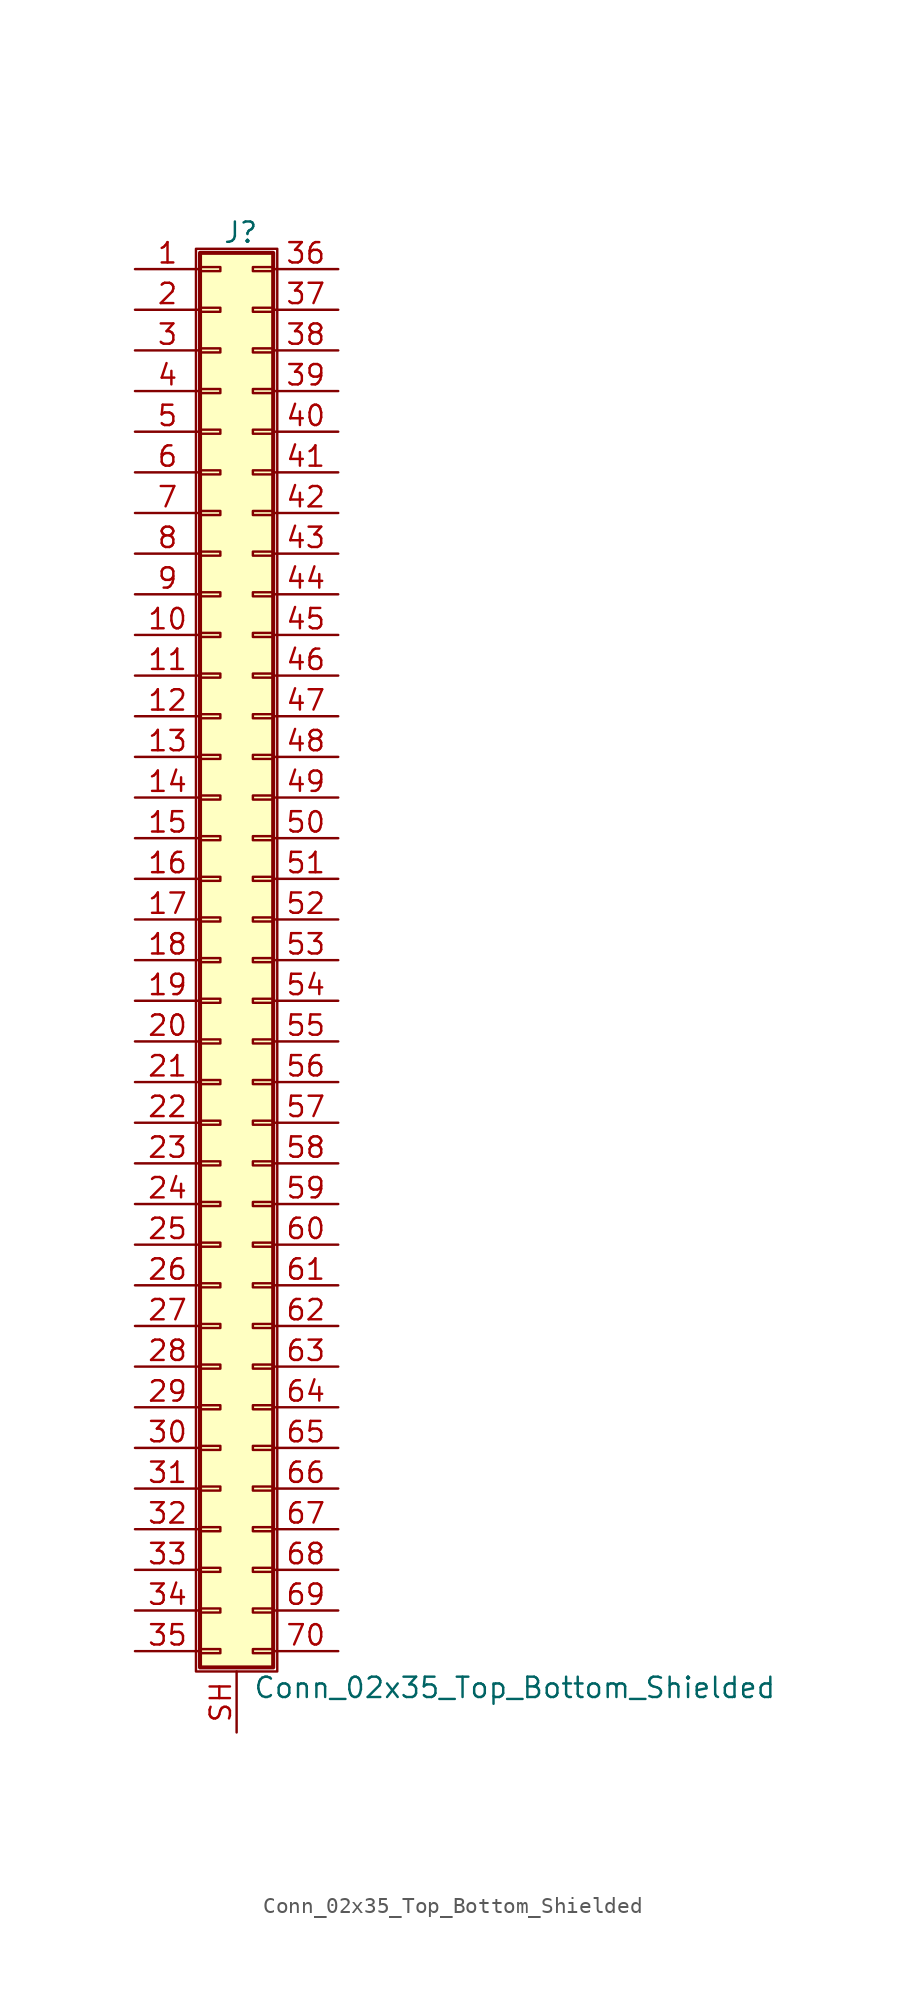
<source format=kicad_sym>
(kicad_symbol_lib
  (version 20201005)
  (generator kicad_symbol_editor)
  (symbol "Conn_02x35_Top_Bottom_Shielded"
    (pin_names
      (offset 1.016) hide)
    (property "Reference" "J"
      (at 1.524 45.466 0)
      (effects (font (size 1.27 1.27))))
    (property "Value" "Conn_02x35_Top_Bottom_Shielded"
      (at 2.286 -45.466 0)
      (effects (font (size 1.27 1.27)) (justify left)))
    (symbol "Conn_02x35_Top_Bottom_Shielded_1_1"
      (rectangle (start -1.27 44.45) (end 3.81 -44.45) (stroke (width 0.152)) (fill (type none)))
      (rectangle (start -1.016 -43.053) (end 0.254 -43.307) (stroke (width 0.152)) (fill (type none)))
      (rectangle (start -1.016 -40.513) (end 0.254 -40.767) (stroke (width 0.152)) (fill (type none)))
      (rectangle (start -1.016 -37.973) (end 0.254 -38.227) (stroke (width 0.152)) (fill (type none)))
      (rectangle (start -1.016 -35.433) (end 0.254 -35.687) (stroke (width 0.152)) (fill (type none)))
      (rectangle (start -1.016 -32.893) (end 0.254 -33.147) (stroke (width 0.152)) (fill (type none)))
      (rectangle (start -1.016 -30.353) (end 0.254 -30.607) (stroke (width 0.152)) (fill (type none)))
      (rectangle (start -1.016 -27.813) (end 0.254 -28.067) (stroke (width 0.152)) (fill (type none)))
      (rectangle (start -1.016 -25.273) (end 0.254 -25.527) (stroke (width 0.152)) (fill (type none)))
      (rectangle (start -1.016 -22.733) (end 0.254 -22.987) (stroke (width 0.152)) (fill (type none)))
      (rectangle (start -1.016 -20.193) (end 0.254 -20.447) (stroke (width 0.152)) (fill (type none)))
      (rectangle (start -1.016 -17.653) (end 0.254 -17.907) (stroke (width 0.152)) (fill (type none)))
      (rectangle (start -1.016 -15.113) (end 0.254 -15.367) (stroke (width 0.152)) (fill (type none)))
      (rectangle (start -1.016 -12.573) (end 0.254 -12.827) (stroke (width 0.152)) (fill (type none)))
      (rectangle (start -1.016 -10.033) (end 0.254 -10.287) (stroke (width 0.152)) (fill (type none)))
      (rectangle (start -1.016 -7.493) (end 0.254 -7.747) (stroke (width 0.152)) (fill (type none)))
      (rectangle (start -1.016 -4.953) (end 0.254 -5.207) (stroke (width 0.152)) (fill (type none)))
      (rectangle (start -1.016 -2.413) (end 0.254 -2.667) (stroke (width 0.152)) (fill (type none)))
      (rectangle (start -1.016 0.127) (end 0.254 -0.127) (stroke (width 0.152)) (fill (type none)))
      (rectangle (start -1.016 2.667) (end 0.254 2.413) (stroke (width 0.152)) (fill (type none)))
      (rectangle (start -1.016 5.207) (end 0.254 4.953) (stroke (width 0.152)) (fill (type none)))
      (rectangle (start -1.016 7.747) (end 0.254 7.493) (stroke (width 0.152)) (fill (type none)))
      (rectangle (start -1.016 10.287) (end 0.254 10.033) (stroke (width 0.152)) (fill (type none)))
      (rectangle (start -1.016 12.827) (end 0.254 12.573) (stroke (width 0.152)) (fill (type none)))
      (rectangle (start -1.016 15.367) (end 0.254 15.113) (stroke (width 0.152)) (fill (type none)))
      (rectangle (start -1.016 17.907) (end 0.254 17.653) (stroke (width 0.152)) (fill (type none)))
      (rectangle (start -1.016 20.447) (end 0.254 20.193) (stroke (width 0.152)) (fill (type none)))
      (rectangle (start -1.016 22.987) (end 0.254 22.733) (stroke (width 0.152)) (fill (type none)))
      (rectangle (start -1.016 25.527) (end 0.254 25.273) (stroke (width 0.152)) (fill (type none)))
      (rectangle (start -1.016 28.067) (end 0.254 27.813) (stroke (width 0.152)) (fill (type none)))
      (rectangle (start -1.016 30.607) (end 0.254 30.353) (stroke (width 0.152)) (fill (type none)))
      (rectangle (start -1.016 33.147) (end 0.254 32.893) (stroke (width 0.152)) (fill (type none)))
      (rectangle (start -1.016 35.687) (end 0.254 35.433) (stroke (width 0.152)) (fill (type none)))
      (rectangle (start -1.016 38.227) (end 0.254 37.973) (stroke (width 0.152)) (fill (type none)))
      (rectangle (start -1.016 40.767) (end 0.254 40.513) (stroke (width 0.152)) (fill (type none)))
      (rectangle (start -1.016 43.307) (end 0.254 43.053) (stroke (width 0.152)) (fill (type none)))
      (rectangle (start 3.556 -43.053) (end 2.286 -43.307) (stroke (width 0.152)) (fill (type none)))
      (rectangle (start 3.556 -40.513) (end 2.286 -40.767) (stroke (width 0.152)) (fill (type none)))
      (rectangle (start 3.556 -37.973) (end 2.286 -38.227) (stroke (width 0.152)) (fill (type none)))
      (rectangle (start 3.556 -35.433) (end 2.286 -35.687) (stroke (width 0.152)) (fill (type none)))
      (rectangle (start 3.556 -32.893) (end 2.286 -33.147) (stroke (width 0.152)) (fill (type none)))
      (rectangle (start 3.556 -30.353) (end 2.286 -30.607) (stroke (width 0.152)) (fill (type none)))
      (rectangle (start 3.556 -27.813) (end 2.286 -28.067) (stroke (width 0.152)) (fill (type none)))
      (rectangle (start 3.556 -25.273) (end 2.286 -25.527) (stroke (width 0.152)) (fill (type none)))
      (rectangle (start 3.556 -22.733) (end 2.286 -22.987) (stroke (width 0.152)) (fill (type none)))
      (rectangle (start 3.556 -20.193) (end 2.286 -20.447) (stroke (width 0.152)) (fill (type none)))
      (rectangle (start 3.556 -17.653) (end 2.286 -17.907) (stroke (width 0.152)) (fill (type none)))
      (rectangle (start 3.556 -15.113) (end 2.286 -15.367) (stroke (width 0.152)) (fill (type none)))
      (rectangle (start 3.556 -12.573) (end 2.286 -12.827) (stroke (width 0.152)) (fill (type none)))
      (rectangle (start 3.556 -10.033) (end 2.286 -10.287) (stroke (width 0.152)) (fill (type none)))
      (rectangle (start 3.556 -7.493) (end 2.286 -7.747) (stroke (width 0.152)) (fill (type none)))
      (rectangle (start 3.556 -4.953) (end 2.286 -5.207) (stroke (width 0.152)) (fill (type none)))
      (rectangle (start 3.556 -2.413) (end 2.286 -2.667) (stroke (width 0.152)) (fill (type none)))
      (rectangle (start 3.556 0.127) (end 2.286 -0.127) (stroke (width 0.152)) (fill (type none)))
      (rectangle (start 3.556 2.667) (end 2.286 2.413) (stroke (width 0.152)) (fill (type none)))
      (rectangle (start 3.556 5.207) (end 2.286 4.953) (stroke (width 0.152)) (fill (type none)))
      (rectangle (start 3.556 7.747) (end 2.286 7.493) (stroke (width 0.152)) (fill (type none)))
      (rectangle (start 3.556 10.287) (end 2.286 10.033) (stroke (width 0.152)) (fill (type none)))
      (rectangle (start 3.556 12.827) (end 2.286 12.573) (stroke (width 0.152)) (fill (type none)))
      (rectangle (start 3.556 15.367) (end 2.286 15.113) (stroke (width 0.152)) (fill (type none)))
      (rectangle (start 3.556 17.907) (end 2.286 17.653) (stroke (width 0.152)) (fill (type none)))
      (rectangle (start 3.556 20.447) (end 2.286 20.193) (stroke (width 0.152)) (fill (type none)))
      (rectangle (start 3.556 22.987) (end 2.286 22.733) (stroke (width 0.152)) (fill (type none)))
      (rectangle (start 3.556 25.527) (end 2.286 25.273) (stroke (width 0.152)) (fill (type none)))
      (rectangle (start 3.556 28.067) (end 2.286 27.813) (stroke (width 0.152)) (fill (type none)))
      (rectangle (start 3.556 30.607) (end 2.286 30.353) (stroke (width 0.152)) (fill (type none)))
      (rectangle (start 3.556 33.147) (end 2.286 32.893) (stroke (width 0.152)) (fill (type none)))
      (rectangle (start 3.556 35.687) (end 2.286 35.433) (stroke (width 0.152)) (fill (type none)))
      (rectangle (start 3.556 38.227) (end 2.286 37.973) (stroke (width 0.152)) (fill (type none)))
      (rectangle (start 3.556 40.767) (end 2.286 40.513) (stroke (width 0.152)) (fill (type none)))
      (rectangle (start 3.556 43.307) (end 2.286 43.053) (stroke (width 0.152)) (fill (type none)))
      (rectangle (start -1.016 44.196) (end 3.556 -44.196) (stroke (width 0.254)) (fill (type background)))
      (pin passive line (at -5.08 43.18 0) (length 4.064) (name "Pin_1" (effects (font (size 1.27 1.27)))) (number "1" (effects (font (size 1.27 1.27)))))
      (pin passive line (at -5.08 20.32 0) (length 4.064) (name "Pin_10" (effects (font (size 1.27 1.27)))) (number "10" (effects (font (size 1.27 1.27)))))
      (pin passive line (at -5.08 17.78 0) (length 4.064) (name "Pin_11" (effects (font (size 1.27 1.27)))) (number "11" (effects (font (size 1.27 1.27)))))
      (pin passive line (at -5.08 15.24 0) (length 4.064) (name "Pin_12" (effects (font (size 1.27 1.27)))) (number "12" (effects (font (size 1.27 1.27)))))
      (pin passive line (at -5.08 12.7 0) (length 4.064) (name "Pin_13" (effects (font (size 1.27 1.27)))) (number "13" (effects (font (size 1.27 1.27)))))
      (pin passive line (at -5.08 10.16 0) (length 4.064) (name "Pin_14" (effects (font (size 1.27 1.27)))) (number "14" (effects (font (size 1.27 1.27)))))
      (pin passive line (at -5.08 7.62 0) (length 4.064) (name "Pin_15" (effects (font (size 1.27 1.27)))) (number "15" (effects (font (size 1.27 1.27)))))
      (pin passive line (at -5.08 5.08 0) (length 4.064) (name "Pin_16" (effects (font (size 1.27 1.27)))) (number "16" (effects (font (size 1.27 1.27)))))
      (pin passive line (at -5.08 2.54 0) (length 4.064) (name "Pin_17" (effects (font (size 1.27 1.27)))) (number "17" (effects (font (size 1.27 1.27)))))
      (pin passive line (at -5.08 0 0) (length 4.064) (name "Pin_18" (effects (font (size 1.27 1.27)))) (number "18" (effects (font (size 1.27 1.27)))))
      (pin passive line (at -5.08 -2.54 0) (length 4.064) (name "Pin_19" (effects (font (size 1.27 1.27)))) (number "19" (effects (font (size 1.27 1.27)))))
      (pin passive line (at -5.08 40.64 0) (length 4.064) (name "Pin_2" (effects (font (size 1.27 1.27)))) (number "2" (effects (font (size 1.27 1.27)))))
      (pin passive line (at -5.08 -5.08 0) (length 4.064) (name "Pin_20" (effects (font (size 1.27 1.27)))) (number "20" (effects (font (size 1.27 1.27)))))
      (pin passive line (at -5.08 -7.62 0) (length 4.064) (name "Pin_21" (effects (font (size 1.27 1.27)))) (number "21" (effects (font (size 1.27 1.27)))))
      (pin passive line (at -5.08 -10.16 0) (length 4.064) (name "Pin_22" (effects (font (size 1.27 1.27)))) (number "22" (effects (font (size 1.27 1.27)))))
      (pin passive line (at -5.08 -12.7 0) (length 4.064) (name "Pin_23" (effects (font (size 1.27 1.27)))) (number "23" (effects (font (size 1.27 1.27)))))
      (pin passive line (at -5.08 -15.24 0) (length 4.064) (name "Pin_24" (effects (font (size 1.27 1.27)))) (number "24" (effects (font (size 1.27 1.27)))))
      (pin passive line (at -5.08 -17.78 0) (length 4.064) (name "Pin_25" (effects (font (size 1.27 1.27)))) (number "25" (effects (font (size 1.27 1.27)))))
      (pin passive line (at -5.08 -20.32 0) (length 4.064) (name "Pin_26" (effects (font (size 1.27 1.27)))) (number "26" (effects (font (size 1.27 1.27)))))
      (pin passive line (at -5.08 -22.86 0) (length 4.064) (name "Pin_27" (effects (font (size 1.27 1.27)))) (number "27" (effects (font (size 1.27 1.27)))))
      (pin passive line (at -5.08 -25.4 0) (length 4.064) (name "Pin_28" (effects (font (size 1.27 1.27)))) (number "28" (effects (font (size 1.27 1.27)))))
      (pin passive line (at -5.08 -27.94 0) (length 4.064) (name "Pin_29" (effects (font (size 1.27 1.27)))) (number "29" (effects (font (size 1.27 1.27)))))
      (pin passive line (at -5.08 38.1 0) (length 4.064) (name "Pin_3" (effects (font (size 1.27 1.27)))) (number "3" (effects (font (size 1.27 1.27)))))
      (pin passive line (at -5.08 -30.48 0) (length 4.064) (name "Pin_30" (effects (font (size 1.27 1.27)))) (number "30" (effects (font (size 1.27 1.27)))))
      (pin passive line (at -5.08 -33.02 0) (length 4.064) (name "Pin_31" (effects (font (size 1.27 1.27)))) (number "31" (effects (font (size 1.27 1.27)))))
      (pin passive line (at -5.08 -35.56 0) (length 4.064) (name "Pin_32" (effects (font (size 1.27 1.27)))) (number "32" (effects (font (size 1.27 1.27)))))
      (pin passive line (at -5.08 -38.1 0) (length 4.064) (name "Pin_33" (effects (font (size 1.27 1.27)))) (number "33" (effects (font (size 1.27 1.27)))))
      (pin passive line (at -5.08 -40.64 0) (length 4.064) (name "Pin_34" (effects (font (size 1.27 1.27)))) (number "34" (effects (font (size 1.27 1.27)))))
      (pin passive line (at -5.08 -43.18 0) (length 4.064) (name "Pin_35" (effects (font (size 1.27 1.27)))) (number "35" (effects (font (size 1.27 1.27)))))
      (pin passive line (at 7.62 43.18 180) (length 4.064) (name "Pin_36" (effects (font (size 1.27 1.27)))) (number "36" (effects (font (size 1.27 1.27)))))
      (pin passive line (at 7.62 40.64 180) (length 4.064) (name "Pin_37" (effects (font (size 1.27 1.27)))) (number "37" (effects (font (size 1.27 1.27)))))
      (pin passive line (at 7.62 38.1 180) (length 4.064) (name "Pin_38" (effects (font (size 1.27 1.27)))) (number "38" (effects (font (size 1.27 1.27)))))
      (pin passive line (at 7.62 35.56 180) (length 4.064) (name "Pin_39" (effects (font (size 1.27 1.27)))) (number "39" (effects (font (size 1.27 1.27)))))
      (pin passive line (at -5.08 35.56 0) (length 4.064) (name "Pin_4" (effects (font (size 1.27 1.27)))) (number "4" (effects (font (size 1.27 1.27)))))
      (pin passive line (at 7.62 33.02 180) (length 4.064) (name "Pin_40" (effects (font (size 1.27 1.27)))) (number "40" (effects (font (size 1.27 1.27)))))
      (pin passive line (at 7.62 30.48 180) (length 4.064) (name "Pin_41" (effects (font (size 1.27 1.27)))) (number "41" (effects (font (size 1.27 1.27)))))
      (pin passive line (at 7.62 27.94 180) (length 4.064) (name "Pin_42" (effects (font (size 1.27 1.27)))) (number "42" (effects (font (size 1.27 1.27)))))
      (pin passive line (at 7.62 25.4 180) (length 4.064) (name "Pin_43" (effects (font (size 1.27 1.27)))) (number "43" (effects (font (size 1.27 1.27)))))
      (pin passive line (at 7.62 22.86 180) (length 4.064) (name "Pin_44" (effects (font (size 1.27 1.27)))) (number "44" (effects (font (size 1.27 1.27)))))
      (pin passive line (at 7.62 20.32 180) (length 4.064) (name "Pin_45" (effects (font (size 1.27 1.27)))) (number "45" (effects (font (size 1.27 1.27)))))
      (pin passive line (at 7.62 17.78 180) (length 4.064) (name "Pin_46" (effects (font (size 1.27 1.27)))) (number "46" (effects (font (size 1.27 1.27)))))
      (pin passive line (at 7.62 15.24 180) (length 4.064) (name "Pin_47" (effects (font (size 1.27 1.27)))) (number "47" (effects (font (size 1.27 1.27)))))
      (pin passive line (at 7.62 12.7 180) (length 4.064) (name "Pin_48" (effects (font (size 1.27 1.27)))) (number "48" (effects (font (size 1.27 1.27)))))
      (pin passive line (at 7.62 10.16 180) (length 4.064) (name "Pin_49" (effects (font (size 1.27 1.27)))) (number "49" (effects (font (size 1.27 1.27)))))
      (pin passive line (at -5.08 33.02 0) (length 4.064) (name "Pin_5" (effects (font (size 1.27 1.27)))) (number "5" (effects (font (size 1.27 1.27)))))
      (pin passive line (at 7.62 7.62 180) (length 4.064) (name "Pin_50" (effects (font (size 1.27 1.27)))) (number "50" (effects (font (size 1.27 1.27)))))
      (pin passive line (at 7.62 5.08 180) (length 4.064) (name "Pin_51" (effects (font (size 1.27 1.27)))) (number "51" (effects (font (size 1.27 1.27)))))
      (pin passive line (at 7.62 2.54 180) (length 4.064) (name "Pin_52" (effects (font (size 1.27 1.27)))) (number "52" (effects (font (size 1.27 1.27)))))
      (pin passive line (at 7.62 0 180) (length 4.064) (name "Pin_53" (effects (font (size 1.27 1.27)))) (number "53" (effects (font (size 1.27 1.27)))))
      (pin passive line (at 7.62 -2.54 180) (length 4.064) (name "Pin_54" (effects (font (size 1.27 1.27)))) (number "54" (effects (font (size 1.27 1.27)))))
      (pin passive line (at 7.62 -5.08 180) (length 4.064) (name "Pin_55" (effects (font (size 1.27 1.27)))) (number "55" (effects (font (size 1.27 1.27)))))
      (pin passive line (at 7.62 -7.62 180) (length 4.064) (name "Pin_56" (effects (font (size 1.27 1.27)))) (number "56" (effects (font (size 1.27 1.27)))))
      (pin passive line (at 7.62 -10.16 180) (length 4.064) (name "Pin_57" (effects (font (size 1.27 1.27)))) (number "57" (effects (font (size 1.27 1.27)))))
      (pin passive line (at 7.62 -12.7 180) (length 4.064) (name "Pin_58" (effects (font (size 1.27 1.27)))) (number "58" (effects (font (size 1.27 1.27)))))
      (pin passive line (at 7.62 -15.24 180) (length 4.064) (name "Pin_59" (effects (font (size 1.27 1.27)))) (number "59" (effects (font (size 1.27 1.27)))))
      (pin passive line (at -5.08 30.48 0) (length 4.064) (name "Pin_6" (effects (font (size 1.27 1.27)))) (number "6" (effects (font (size 1.27 1.27)))))
      (pin passive line (at 7.62 -17.78 180) (length 4.064) (name "Pin_60" (effects (font (size 1.27 1.27)))) (number "60" (effects (font (size 1.27 1.27)))))
      (pin passive line (at 7.62 -20.32 180) (length 4.064) (name "Pin_61" (effects (font (size 1.27 1.27)))) (number "61" (effects (font (size 1.27 1.27)))))
      (pin passive line (at 7.62 -22.86 180) (length 4.064) (name "Pin_62" (effects (font (size 1.27 1.27)))) (number "62" (effects (font (size 1.27 1.27)))))
      (pin passive line (at 7.62 -25.4 180) (length 4.064) (name "Pin_63" (effects (font (size 1.27 1.27)))) (number "63" (effects (font (size 1.27 1.27)))))
      (pin passive line (at 7.62 -27.94 180) (length 4.064) (name "Pin_64" (effects (font (size 1.27 1.27)))) (number "64" (effects (font (size 1.27 1.27)))))
      (pin passive line (at 7.62 -30.48 180) (length 4.064) (name "Pin_65" (effects (font (size 1.27 1.27)))) (number "65" (effects (font (size 1.27 1.27)))))
      (pin passive line (at 7.62 -33.02 180) (length 4.064) (name "Pin_66" (effects (font (size 1.27 1.27)))) (number "66" (effects (font (size 1.27 1.27)))))
      (pin passive line (at 7.62 -35.56 180) (length 4.064) (name "Pin_67" (effects (font (size 1.27 1.27)))) (number "67" (effects (font (size 1.27 1.27)))))
      (pin passive line (at 7.62 -38.1 180) (length 4.064) (name "Pin_68" (effects (font (size 1.27 1.27)))) (number "68" (effects (font (size 1.27 1.27)))))
      (pin passive line (at 7.62 -40.64 180) (length 4.064) (name "Pin_69" (effects (font (size 1.27 1.27)))) (number "69" (effects (font (size 1.27 1.27)))))
      (pin passive line (at -5.08 27.94 0) (length 4.064) (name "Pin_7" (effects (font (size 1.27 1.27)))) (number "7" (effects (font (size 1.27 1.27)))))
      (pin passive line (at 7.62 -43.18 180) (length 4.064) (name "Pin_70" (effects (font (size 1.27 1.27)))) (number "70" (effects (font (size 1.27 1.27)))))
      (pin passive line (at -5.08 25.4 0) (length 4.064) (name "Pin_8" (effects (font (size 1.27 1.27)))) (number "8" (effects (font (size 1.27 1.27)))))
      (pin passive line (at -5.08 22.86 0) (length 4.064) (name "Pin_9" (effects (font (size 1.27 1.27)))) (number "9" (effects (font (size 1.27 1.27)))))
      (pin passive line (at 1.27 -48.26 90) (length 3.81) (name "Shield" (effects (font (size 1.27 1.27)))) (number "SH" (effects (font (size 1.27 1.27))))))))
</source>
